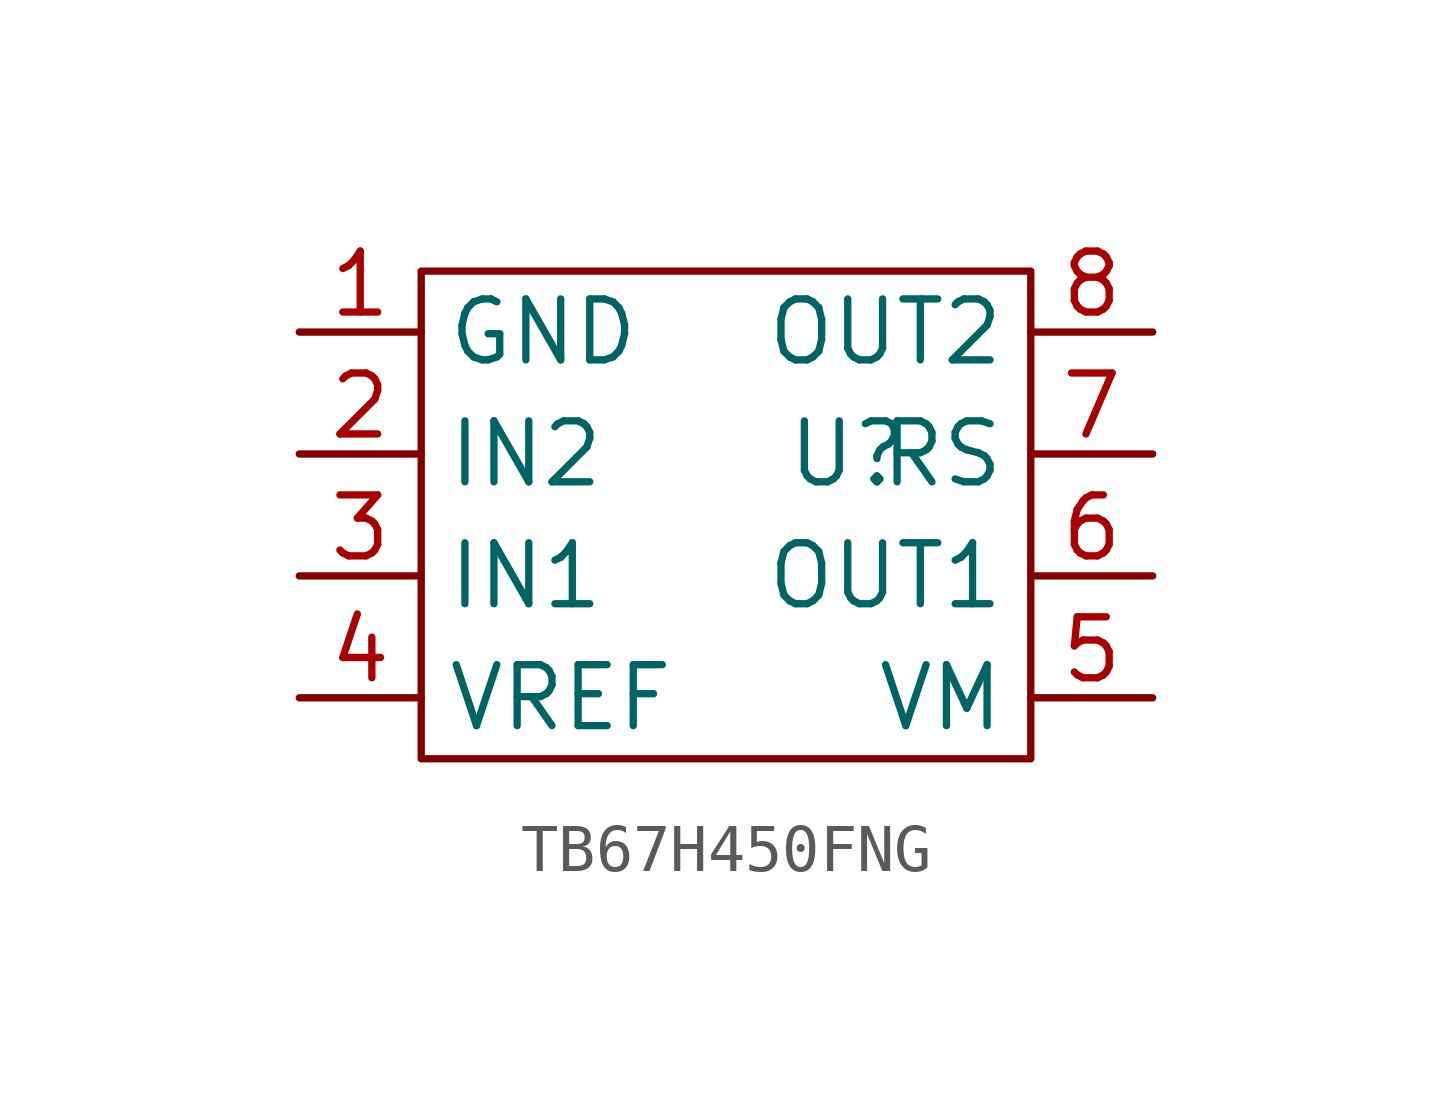
<source format=kicad_sym>
(kicad_symbol_lib
  (version 20241209)
  (generator "kicad_symbol_editor")
  (generator_version "9.0")
  (symbol "TB67H450FNG"
    (property "Reference" "U"
      (at 2.54 1.27 0)
      (effects (font (size 1.27 1.27))))
    (property "Value" ""
      (at 0 0 0)
      (effects (font (size 1.27 1.27))))
    (symbol "TB67H450FNG_0_1"
      (rectangle (start -6.35 5.08) (end 6.35 -5.08) (stroke (width 0) (type default)) (fill (type none))))
    (symbol "TB67H450FNG_1_1"
      (pin bidirectional line (at -8.89 3.81 0) (length 2.54) (name "GND" (effects (font (size 1.27 1.27)))) (number "1" (effects (font (size 1.27 1.27)))))
      (pin bidirectional line (at -8.89 1.27 0) (length 2.54) (name "IN2" (effects (font (size 1.27 1.27)))) (number "2" (effects (font (size 1.27 1.27)))))
      (pin bidirectional line (at -8.89 -1.27 0) (length 2.54) (name "IN1" (effects (font (size 1.27 1.27)))) (number "3" (effects (font (size 1.27 1.27)))))
      (pin bidirectional line (at -8.89 -3.81 0) (length 2.54) (name "VREF" (effects (font (size 1.27 1.27)))) (number "4" (effects (font (size 1.27 1.27)))))
      (pin bidirectional line (at 8.89 3.81 180) (length 2.54) (name "OUT2" (effects (font (size 1.27 1.27)))) (number "8" (effects (font (size 1.27 1.27)))))
      (pin bidirectional line (at 8.89 1.27 180) (length 2.54) (name "RS" (effects (font (size 1.27 1.27)))) (number "7" (effects (font (size 1.27 1.27)))))
      (pin bidirectional line (at 8.89 -1.27 180) (length 2.54) (name "OUT1" (effects (font (size 1.27 1.27)))) (number "6" (effects (font (size 1.27 1.27)))))
      (pin bidirectional line (at 8.89 -3.81 180) (length 2.54) (name "VM" (effects (font (size 1.27 1.27)))) (number "5" (effects (font (size 1.27 1.27))))))))
</source>
